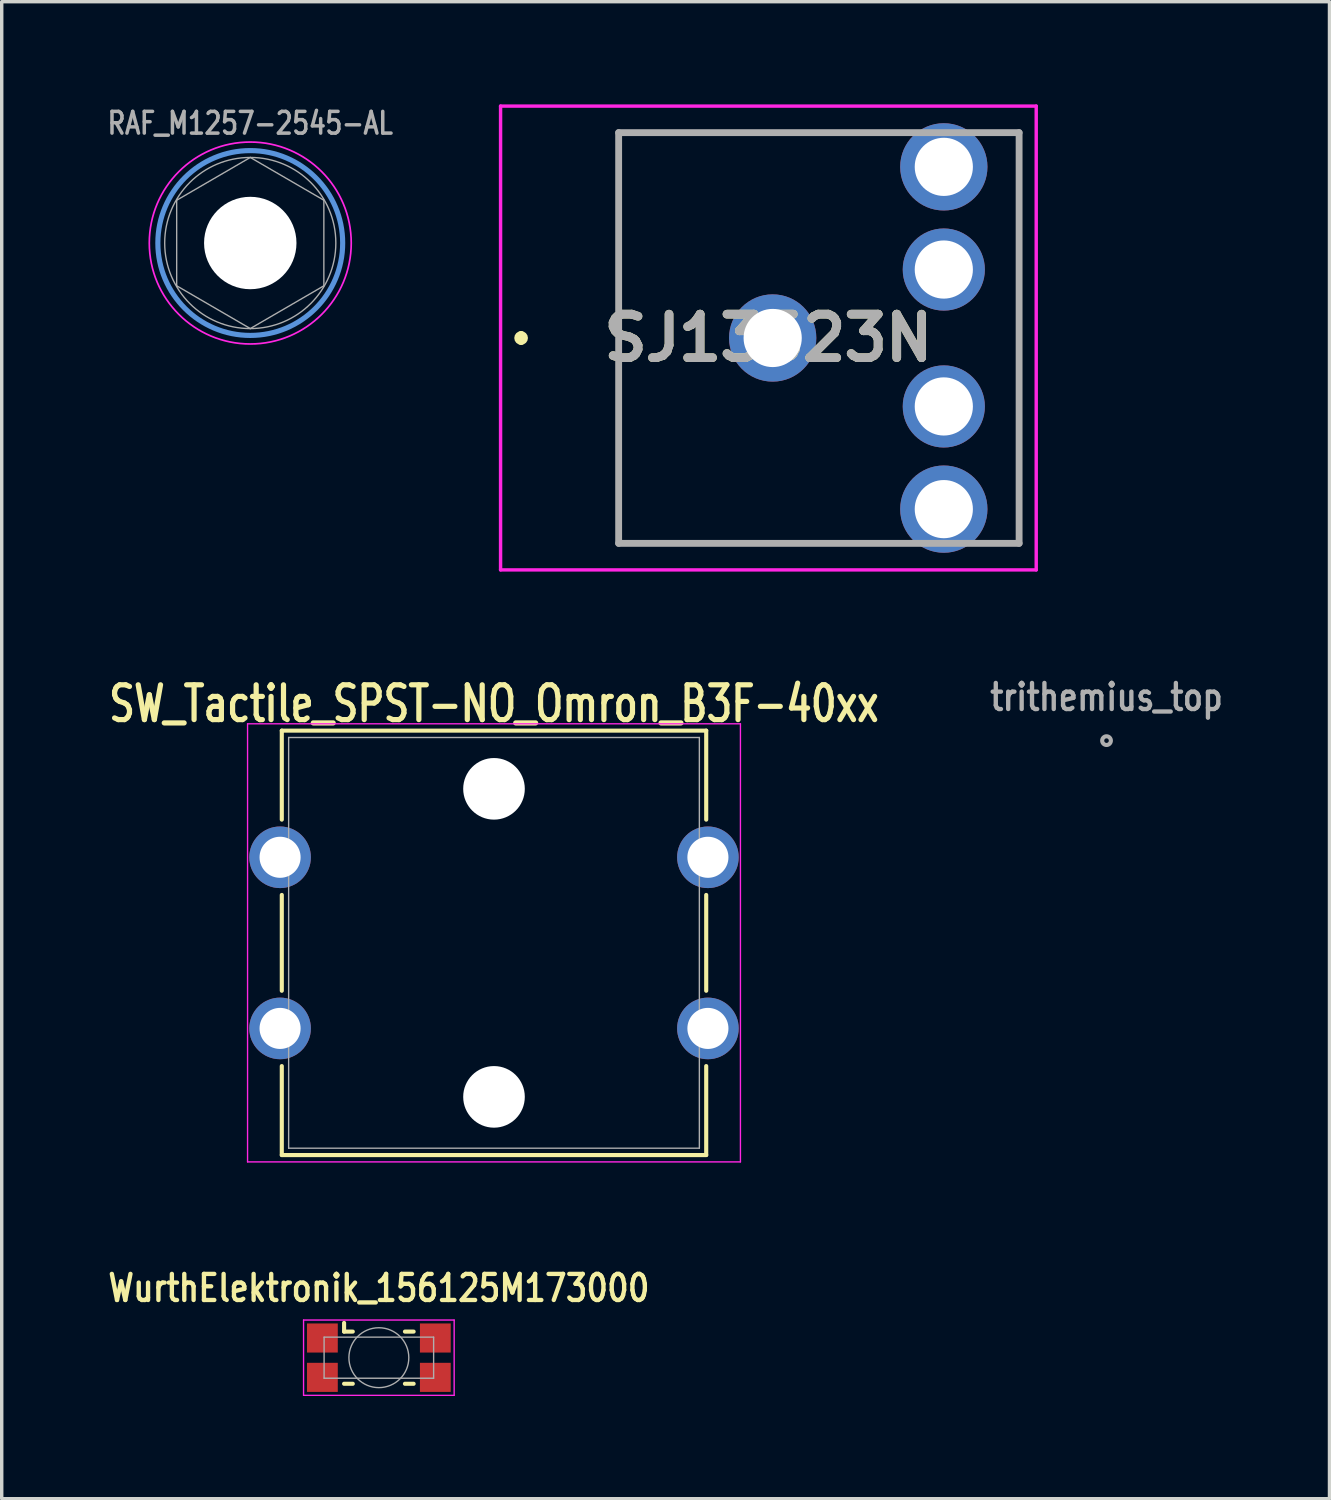
<source format=kicad_pcb>
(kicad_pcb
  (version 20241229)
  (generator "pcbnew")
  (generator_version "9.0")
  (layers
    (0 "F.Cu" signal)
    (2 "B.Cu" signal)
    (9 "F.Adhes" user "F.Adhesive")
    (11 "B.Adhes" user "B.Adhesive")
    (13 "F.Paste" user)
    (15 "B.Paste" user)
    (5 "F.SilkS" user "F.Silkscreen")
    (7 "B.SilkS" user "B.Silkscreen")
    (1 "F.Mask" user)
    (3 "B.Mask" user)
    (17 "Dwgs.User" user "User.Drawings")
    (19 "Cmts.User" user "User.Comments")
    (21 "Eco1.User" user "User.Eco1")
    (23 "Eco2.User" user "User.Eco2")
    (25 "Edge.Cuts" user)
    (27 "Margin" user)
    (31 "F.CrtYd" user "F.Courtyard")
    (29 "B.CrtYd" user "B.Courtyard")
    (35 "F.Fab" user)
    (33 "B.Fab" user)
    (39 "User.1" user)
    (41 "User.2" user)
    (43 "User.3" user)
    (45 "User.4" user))
  (footprint "RAF_M1257-2545-AL"
    (layer "F.Cu")
    (at 4.262 4.05)
    (property "Reference" "RAF_M1257-2545-AL" (at 0 -3.5 0) (layer "F.Fab") (effects (font (size 0.635 0.508) (thickness 0.102))))
    (attr exclude_from_pos_files exclude_from_bom)
    (fp_circle (center 0 0) (end 2.7 0) (stroke (width 0.15) (type solid)) (fill no) (layer "Cmts.User"))
    (fp_circle (center 0 0) (end 2.95 0) (stroke (width 0.05) (type solid)) (fill no) (layer "F.CrtYd"))
    (fp_line (start -2.15 -1.25) (end -2.15 1.25) (stroke (width 0.04) (type solid)) (layer "F.Fab"))
    (fp_line (start -2.15 1.25) (end 0 2.5) (stroke (width 0.04) (type solid)) (layer "F.Fab"))
    (fp_line (start 0 -2.5) (end -2.15 -1.25) (stroke (width 0.04) (type solid)) (layer "F.Fab"))
    (fp_line (start 0 2.5) (end 2.15 1.25) (stroke (width 0.04) (type solid)) (layer "F.Fab"))
    (fp_line (start 2.15 -1.25) (end 0 -2.5) (stroke (width 0.04) (type solid)) (layer "F.Fab"))
    (fp_line (start 2.15 1.25) (end 2.15 -1.25) (stroke (width 0.04) (type solid)) (layer "F.Fab"))
    (fp_circle (center 0 0) (end 2.5 0) (stroke (width 0.04) (type solid)) (fill no) (layer "F.Fab"))
    (pad "" np_thru_hole circle (at 0 0) (size 2.7 2.7) (drill 2.7) (layers "*.Cu" "*.Mask")))
  (footprint "SJ13523N"
    (layer "F.Cu")
    (at 15.025 6.825)
    (property "Reference" "SJ13523N" (at 4.375 0 0) (layer "F.SilkS") (effects (font (size 1.27 1.27) (thickness 0.254))))
    (attr through_hole)
    (fp_line (start -2.85 -0.1) (end -2.85 -0.1) (stroke (width 0.2) (type solid)) (layer "F.SilkS"))
    (fp_line (start -2.85 0.1) (end -2.85 0.1) (stroke (width 0.2) (type solid)) (layer "F.SilkS"))
    (fp_line (start 0 -4) (end 0 4) (stroke (width 0.1) (type solid)) (layer "F.SilkS"))
    (fp_line (start 5.2 -6) (end 8.2 -6) (stroke (width 0.1) (type solid)) (layer "F.SilkS"))
    (fp_line (start 5.2 6) (end 8.2 6) (stroke (width 0.1) (type solid)) (layer "F.SilkS"))
    (fp_line (start 11.2 -6) (end 11.7 -6) (stroke (width 0.1) (type solid)) (layer "F.SilkS"))
    (fp_line (start 11.7 -6) (end 11.7 6) (stroke (width 0.1) (type solid)) (layer "F.SilkS"))
    (fp_line (start 11.7 6) (end 11.2 6) (stroke (width 0.1) (type solid)) (layer "F.SilkS"))
    (fp_arc (start -2.85 -0.1) (mid -2.75 0) (end -2.85 0.1) (stroke (width 0.2) (type solid)) (layer "F.SilkS"))
    (fp_arc (start -2.85 0.1) (mid -2.95 0) (end -2.85 -0.1) (stroke (width 0.2) (type solid)) (layer "F.SilkS"))
    (fp_line (start -3.45 -6.775) (end 12.2 -6.775) (stroke (width 0.1) (type solid)) (layer "F.CrtYd"))
    (fp_line (start -3.45 6.775) (end -3.45 -6.775) (stroke (width 0.1) (type solid)) (layer "F.CrtYd"))
    (fp_line (start 12.2 -6.775) (end 12.2 6.775) (stroke (width 0.1) (type solid)) (layer "F.CrtYd"))
    (fp_line (start 12.2 6.775) (end -3.45 6.775) (stroke (width 0.1) (type solid)) (layer "F.CrtYd"))
    (fp_line (start 0 -6) (end 11.7 -6) (stroke (width 0.2) (type solid)) (layer "F.Fab"))
    (fp_line (start 0 6) (end 0 -6) (stroke (width 0.2) (type solid)) (layer "F.Fab"))
    (fp_line (start 11.7 -6) (end 11.7 6) (stroke (width 0.2) (type solid)) (layer "F.Fab"))
    (fp_line (start 11.7 6) (end 0 6) (stroke (width 0.2) (type solid)) (layer "F.Fab"))
    (fp_text user "${REFERENCE}" (at 4.375 0 0) (layer "F.Fab") (effects (font (size 1.27 1.27) (thickness 0.254))))
    (pad "" np_thru_hole circle (at 2 -5) (size 0.001 0.001) (drill 1.2) (layers "*.Cu" "*.Mask"))
    (pad "" np_thru_hole circle (at 2 5) (size 0.001 0.001) (drill 1.2) (layers "*.Cu" "*.Mask"))
    (pad "" np_thru_hole circle (at 4.5 -5) (size 0.001 0.001) (drill 1.2) (layers "*.Cu" "*.Mask"))
    (pad "" np_thru_hole circle (at 4.5 5) (size 0.001 0.001) (drill 1.2) (layers "*.Cu" "*.Mask"))
    (pad "" np_thru_hole circle (at 9.5 0) (size 0.001 0.001) (drill 1.2) (layers "*.Cu" "*.Mask"))
    (pad "1" thru_hole circle (at 4.5 0) (size 2.55 2.55) (drill 1.7) (layers "*.Cu" "*.Mask"))
    (pad "2" thru_hole circle (at 9.5 5) (size 2.55 2.55) (drill 1.7) (layers "*.Cu" "*.Mask"))
    (pad "3" thru_hole circle (at 9.5 -5) (size 2.55 2.55) (drill 1.7) (layers "*.Cu" "*.Mask"))
    (pad "10" thru_hole circle (at 9.5 2) (size 2.4 2.4) (drill 1.7) (layers "*.Cu" "*.Mask"))
    (pad "11" thru_hole circle (at 9.5 -2) (size 2.4 2.4) (drill 1.7) (layers "*.Cu" "*.Mask")))
  (footprint "WurthElektronik_156125M173000"
    (layer "F.Cu")
    (at 8.019 36.617)
    (property "Reference" "WurthElektronik_156125M173000" (at 0 -2.032 0) (layer "F.SilkS") (effects (font (size 0.762 0.635) (thickness 0.127))))
    (attr smd)
    (fp_line (start -1.016 -0.762) (end -1.016 -1.016) (stroke (width 0.12) (type solid)) (layer "F.SilkS"))
    (fp_line (start -1.016 -0.762) (end -0.762 -0.762) (stroke (width 0.12) (type solid)) (layer "F.SilkS"))
    (fp_line (start -0.762 0.762) (end -1.016 0.762) (stroke (width 0.12) (type solid)) (layer "F.SilkS"))
    (fp_line (start 0.762 -0.762) (end 1.016 -0.762) (stroke (width 0.12) (type solid)) (layer "F.SilkS"))
    (fp_line (start 1.016 0.762) (end 0.762 0.762) (stroke (width 0.12) (type solid)) (layer "F.SilkS"))
    (fp_line (start -2.2 -1.1) (end 2.2 -1.1) (stroke (width 0.04) (type solid)) (layer "F.CrtYd"))
    (fp_line (start -2.2 1.1) (end -2.2 -1.1) (stroke (width 0.04) (type solid)) (layer "F.CrtYd"))
    (fp_line (start -2.2 1.1) (end 2.2 1.1) (stroke (width 0.04) (type solid)) (layer "F.CrtYd"))
    (fp_line (start 2.2 1.1) (end 2.2 -1.1) (stroke (width 0.04) (type solid)) (layer "F.CrtYd"))
    (fp_line (start -1.6 -0.6) (end 1.6 -0.6) (stroke (width 0.04) (type solid)) (layer "F.Fab"))
    (fp_line (start -1.6 0.6) (end -1.6 -0.6) (stroke (width 0.04) (type solid)) (layer "F.Fab"))
    (fp_line (start 1.6 -0.6) (end 1.6 0.6) (stroke (width 0.04) (type solid)) (layer "F.Fab"))
    (fp_line (start 1.6 0.6) (end -1.6 0.6) (stroke (width 0.04) (type solid)) (layer "F.Fab"))
    (fp_circle (center 0 0) (end 0.875 0) (stroke (width 0.04) (type solid)) (fill no) (layer "F.Fab"))
    (pad "1" smd rect (at -1.65 -0.575) (size 0.9 0.85) (layers "F.Cu" "F.Mask" "F.Paste"))
    (pad "2" smd rect (at -1.65 0.575) (size 0.9 0.85) (layers "F.Cu" "F.Mask" "F.Paste"))
    (pad "3" smd rect (at 1.65 0.575) (size 0.9 0.85) (layers "F.Cu" "F.Mask" "F.Paste"))
    (pad "4" smd rect (at 1.65 -0.575) (size 0.9 0.85) (layers "F.Cu" "F.Mask" "F.Paste")))
  (footprint "trithemius_top"
    (layer "F.Cu")
    (at 29.279 18.589)
    (property "Reference" "trithemius_top" (at 0 -1.27 0) (layer "F.Fab") (effects (font (size 0.762 0.635) (thickness 0.127))))
    (attr exclude_from_pos_files exclude_from_bom)
    (fp_circle (center 0 0) (end 0.127 0) (stroke (width 0.12) (type solid)) (fill no) (layer "F.Fab")))
  (footprint "SW_Tactile_SPST-NO_Omron_B3F-40xx"
    (layer "F.Cu")
    (at 11.383 24.497)
    (property "Reference" "SW_Tactile_SPST-NO_Omron_B3F-40xx" (at 0 -6.985 0) (layer "F.SilkS") (effects (font (size 1.016 0.762) (thickness 0.152))))
    (attr through_hole)
    (fp_line (start -6.2 -6.2) (end 6.2 -6.2) (stroke (width 0.12) (type solid)) (layer "F.SilkS"))
    (fp_line (start -6.2 -3.6) (end -6.2 -6.2) (stroke (width 0.12) (type solid)) (layer "F.SilkS"))
    (fp_line (start -6.2 -1.4) (end -6.2 1.4) (stroke (width 0.12) (type solid)) (layer "F.SilkS"))
    (fp_line (start -6.2 6.2) (end -6.2 3.6) (stroke (width 0.12) (type solid)) (layer "F.SilkS"))
    (fp_line (start 6.2 -6.2) (end 6.2 -3.6) (stroke (width 0.12) (type solid)) (layer "F.SilkS"))
    (fp_line (start 6.2 -1.4) (end 6.2 1.4) (stroke (width 0.12) (type solid)) (layer "F.SilkS"))
    (fp_line (start 6.2 3.6) (end 6.2 6.2) (stroke (width 0.12) (type solid)) (layer "F.SilkS"))
    (fp_line (start 6.2 6.2) (end -6.2 6.2) (stroke (width 0.12) (type solid)) (layer "F.SilkS"))
    (fp_line (start -7.2 -6.4) (end 7.2 -6.4) (stroke (width 0.04) (type solid)) (layer "F.CrtYd"))
    (fp_line (start -7.2 6.4) (end -7.2 -6.4) (stroke (width 0.04) (type solid)) (layer "F.CrtYd"))
    (fp_line (start 7.2 -6.4) (end 7.2 6.4) (stroke (width 0.04) (type solid)) (layer "F.CrtYd"))
    (fp_line (start 7.2 6.4) (end -7.2 6.4) (stroke (width 0.04) (type solid)) (layer "F.CrtYd"))
    (fp_line (start -6 -6) (end 6 -6) (stroke (width 0.04) (type solid)) (layer "F.Fab"))
    (fp_line (start -6 6) (end -6 -6) (stroke (width 0.04) (type solid)) (layer "F.Fab"))
    (fp_line (start 6 -6) (end 6 6) (stroke (width 0.04) (type solid)) (layer "F.Fab"))
    (fp_line (start 6 6) (end -6 6) (stroke (width 0.04) (type solid)) (layer "F.Fab"))
    (pad "" np_thru_hole circle (at 0 -4.5) (size 1.8 1.8) (drill 1.8) (layers "*.Cu" "*.Mask"))
    (pad "" np_thru_hole circle (at 0 4.5) (size 1.8 1.8) (drill 1.8) (layers "*.Cu" "*.Mask"))
    (pad "1" thru_hole circle (at -6.25 2.5) (size 1.8 1.8) (drill 1.2) (layers "*.Cu" "*.Mask"))
    (pad "1" thru_hole circle (at 6.25 2.5) (size 1.8 1.8) (drill 1.2) (layers "*.Cu" "*.Mask"))
    (pad "2" thru_hole circle (at -6.25 -2.5) (size 1.8 1.8) (drill 1.2) (layers "*.Cu" "*.Mask"))
    (pad "2" thru_hole circle (at 6.25 -2.5) (size 1.8 1.8) (drill 1.2) (layers "*.Cu" "*.Mask")))
  (gr_rect
    (start -3 -3)
    (end 35.793 40.737)
    (stroke (width 0.1) (type default))
    (fill no)
    (layer "Edge.Cuts")))
</source>
